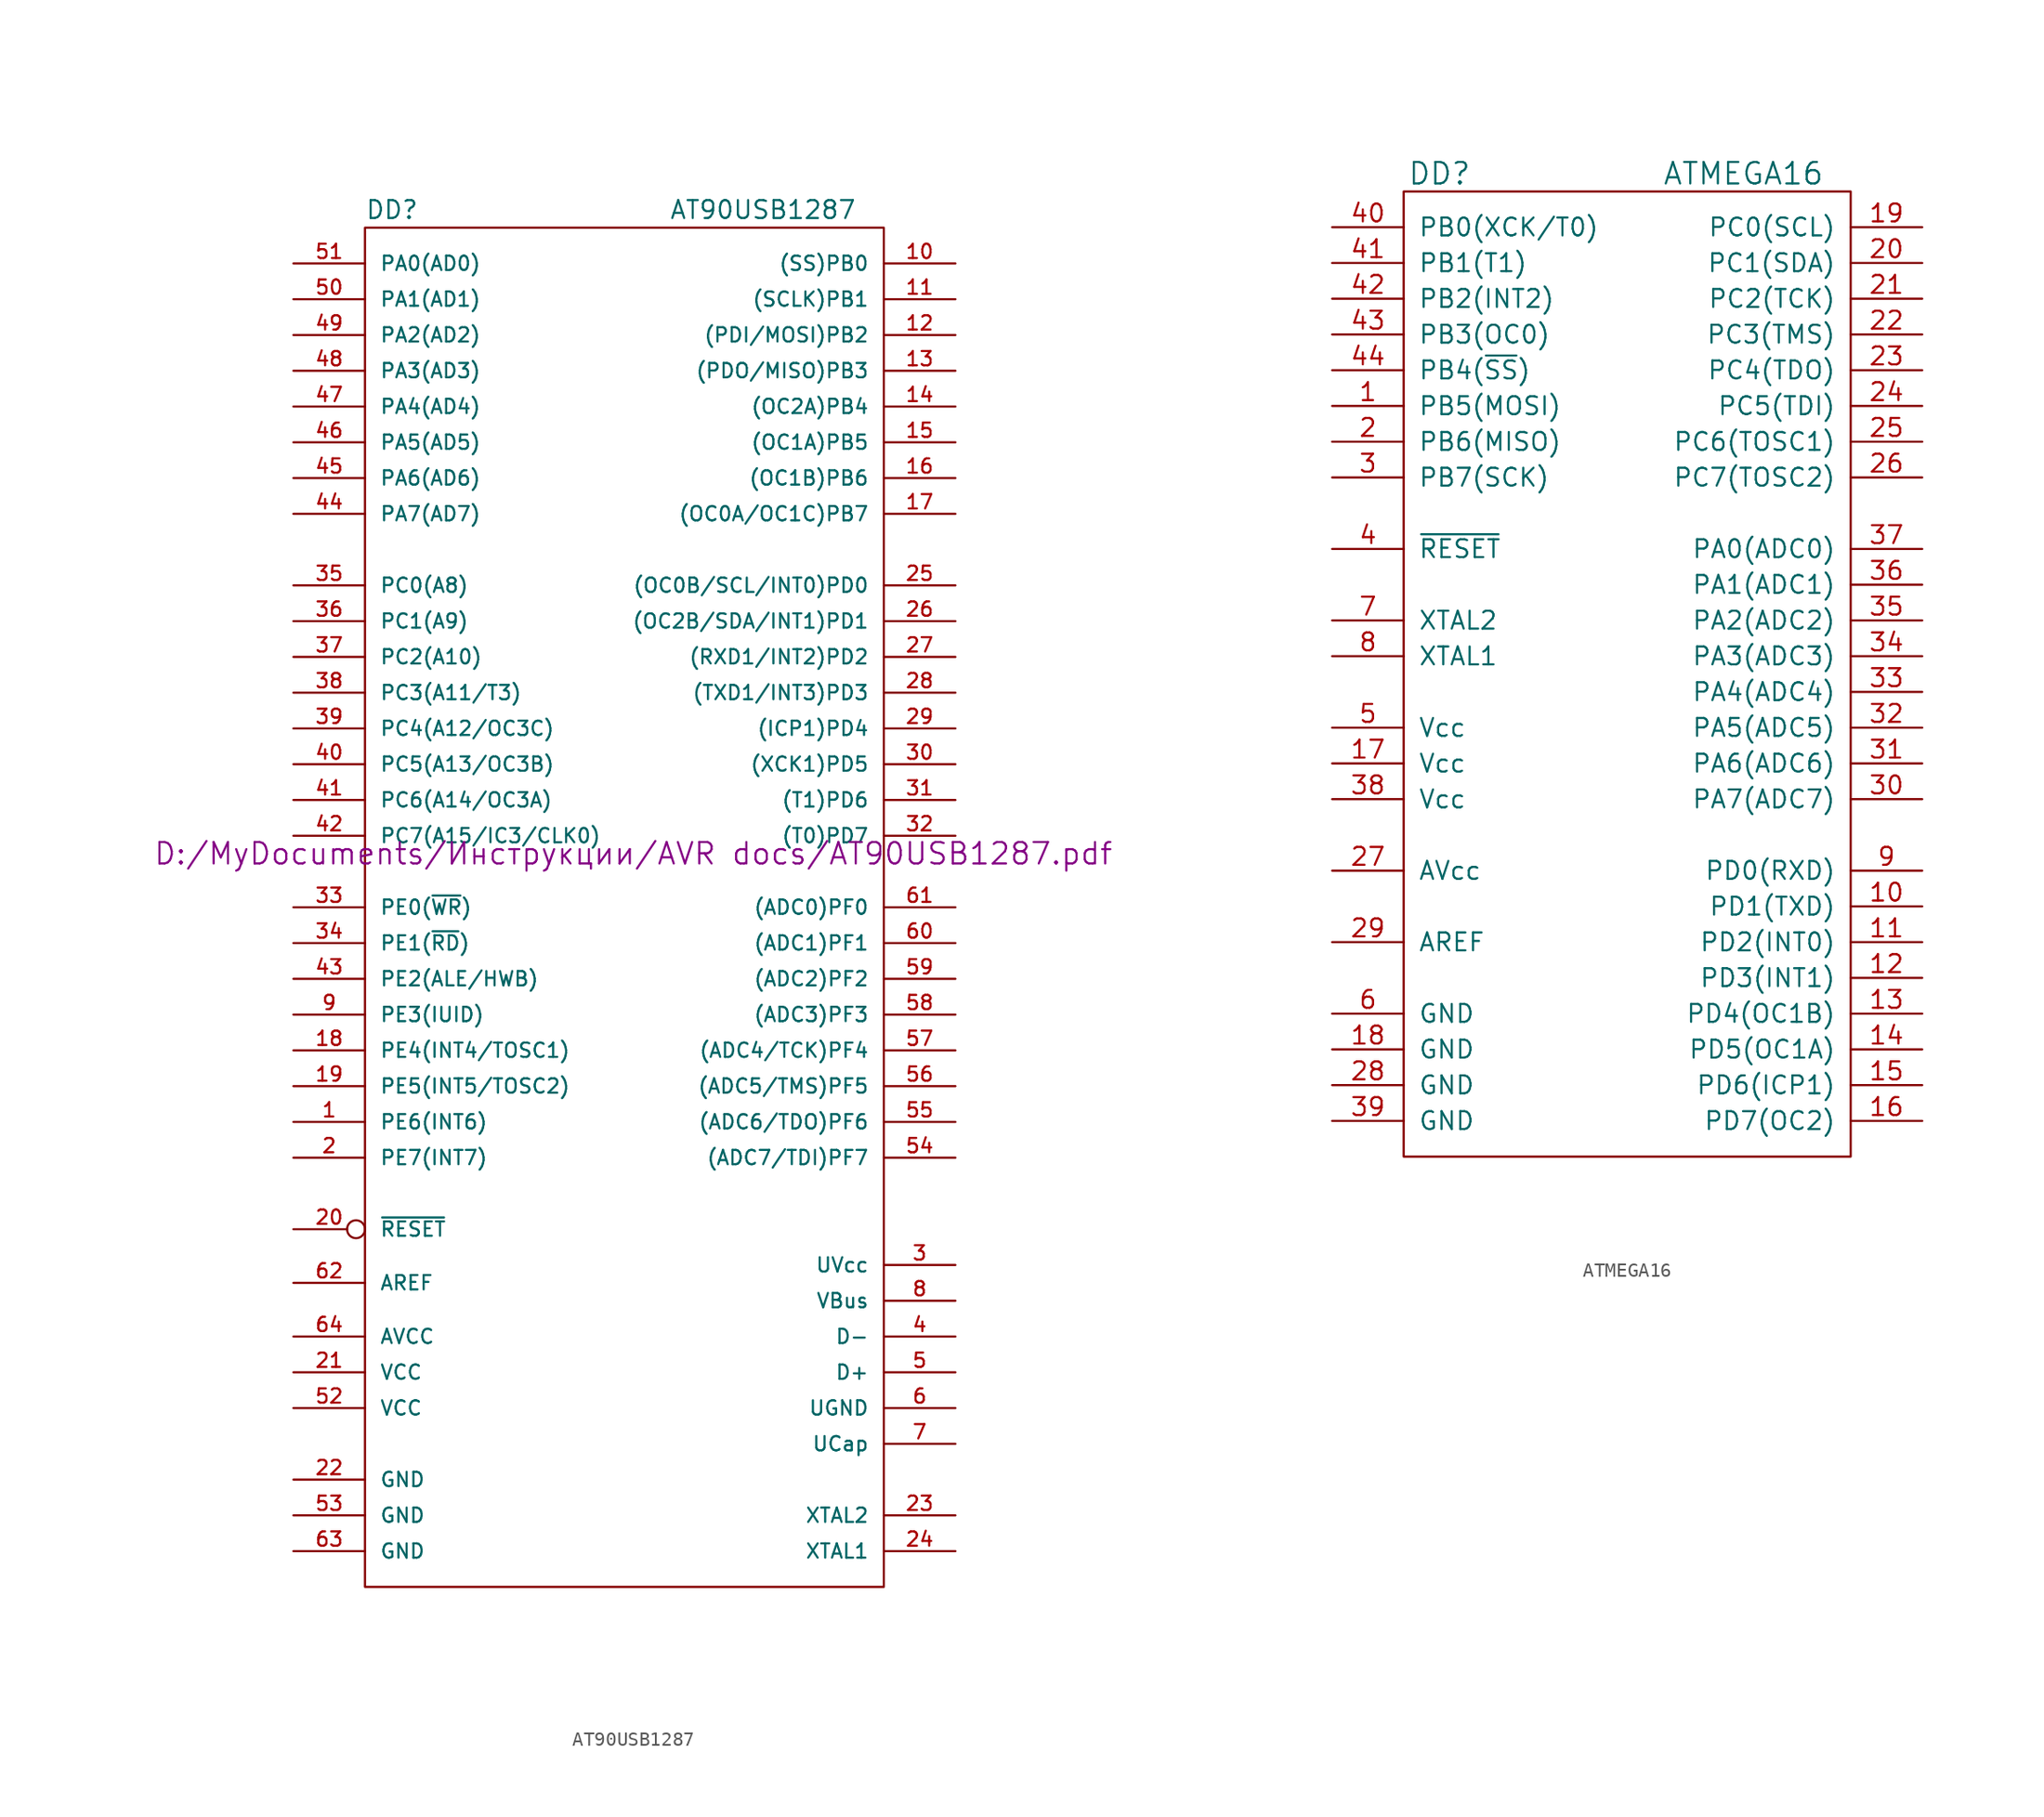
<source format=kicad_sym>
(kicad_symbol_lib
  (version 20200908)
  (generator kicad_symbol_editor)
  (symbol "Atmel_kl:AT90USB1287"
    (pin_names
      (offset 1.016))
    (property "Reference" "DD"
      (at -19.05 45.72 0)
      (effects (font (size 1.27 1.27)) (justify left)))
    (property "Value" "AT90USB1287"
      (at 2.54 45.72 0)
      (effects (font (size 1.27 1.27)) (justify left)))
    (property "Datasheet" "D:/MyDocuments/Инструкции/AVR docs/AT90USB1287.pdf"
      (at 0 0 0)
      (effects (font (size 1.524 1.524))))
    (symbol "AT90USB1287_0_1"
      (rectangle (start -19.05 44.45) (end 17.78 -52.07) (stroke (width 0)) (fill (type none))))
    (symbol "AT90USB1287_1_1"
      (pin passive line (at -24.13 -19.05 0) (length 5.08) (name "PE6(INT6)" (effects (font (size 1.016 1.016)))) (number "1" (effects (font (size 1.016 1.016)))))
      (pin passive line (at -24.13 -21.59 0) (length 5.08) (name "PE7(INT7)" (effects (font (size 1.016 1.016)))) (number "2" (effects (font (size 1.016 1.016)))))
      (pin power_in line (at 22.86 -29.21 180) (length 5.08) (name "UVcc" (effects (font (size 1.016 1.016)))) (number "3" (effects (font (size 1.016 1.016)))))
      (pin bidirectional line (at 22.86 -34.29 180) (length 5.08) (name "D-" (effects (font (size 1.016 1.016)))) (number "4" (effects (font (size 1.016 1.016)))))
      (pin bidirectional line (at 22.86 -36.83 180) (length 5.08) (name "D+" (effects (font (size 1.016 1.016)))) (number "5" (effects (font (size 1.016 1.016)))))
      (pin power_in line (at 22.86 -39.37 180) (length 5.08) (name "UGND" (effects (font (size 1.016 1.016)))) (number "6" (effects (font (size 1.016 1.016)))))
      (pin passive line (at 22.86 -41.91 180) (length 5.08) (name "UCap" (effects (font (size 1.016 1.016)))) (number "7" (effects (font (size 1.016 1.016)))))
      (pin power_in line (at 22.86 -31.75 180) (length 5.08) (name "VBus" (effects (font (size 1.016 1.016)))) (number "8" (effects (font (size 1.016 1.016)))))
      (pin passive line (at -24.13 -11.43 0) (length 5.08) (name "PE3(IUID)" (effects (font (size 1.016 1.016)))) (number "9" (effects (font (size 1.016 1.016)))))
      (pin bidirectional line (at 22.86 41.91 180) (length 5.08) (name "(SS)PB0" (effects (font (size 1.016 1.016)))) (number "10" (effects (font (size 1.016 1.016)))))
      (pin input inverted (at -24.13 -26.67 0) (length 5.08) (name "~RESET" (effects (font (size 1.016 1.016)))) (number "20" (effects (font (size 1.016 1.016)))))
      (pin passive line (at 22.86 6.35 180) (length 5.08) (name "(XCK1)PD5" (effects (font (size 1.016 1.016)))) (number "30" (effects (font (size 1.016 1.016)))))
      (pin passive line (at -24.13 6.35 0) (length 5.08) (name "PC5(A13/OC3B)" (effects (font (size 1.016 1.016)))) (number "40" (effects (font (size 1.016 1.016)))))
      (pin bidirectional line (at -24.13 39.37 0) (length 5.08) (name "PA1(AD1)" (effects (font (size 1.016 1.016)))) (number "50" (effects (font (size 1.016 1.016)))))
      (pin passive line (at 22.86 -6.35 180) (length 5.08) (name "(ADC1)PF1" (effects (font (size 1.016 1.016)))) (number "60" (effects (font (size 1.016 1.016)))))
      (pin bidirectional line (at 22.86 39.37 180) (length 5.08) (name "(SCLK)PB1" (effects (font (size 1.016 1.016)))) (number "11" (effects (font (size 1.016 1.016)))))
      (pin power_in line (at -24.13 -36.83 0) (length 5.08) (name "VCC" (effects (font (size 1.016 1.016)))) (number "21" (effects (font (size 1.016 1.016)))))
      (pin passive line (at 22.86 3.81 180) (length 5.08) (name "(T1)PD6" (effects (font (size 1.016 1.016)))) (number "31" (effects (font (size 1.016 1.016)))))
      (pin passive line (at -24.13 3.81 0) (length 5.08) (name "PC6(A14/OC3A)" (effects (font (size 1.016 1.016)))) (number "41" (effects (font (size 1.016 1.016)))))
      (pin bidirectional line (at -24.13 41.91 0) (length 5.08) (name "PA0(AD0)" (effects (font (size 1.016 1.016)))) (number "51" (effects (font (size 1.016 1.016)))))
      (pin passive line (at 22.86 -3.81 180) (length 5.08) (name "(ADC0)PF0" (effects (font (size 1.016 1.016)))) (number "61" (effects (font (size 1.016 1.016)))))
      (pin bidirectional line (at 22.86 36.83 180) (length 5.08) (name "(PDI/MOSI)PB2" (effects (font (size 1.016 1.016)))) (number "12" (effects (font (size 1.016 1.016)))))
      (pin power_in line (at -24.13 -44.45 0) (length 5.08) (name "GND" (effects (font (size 1.016 1.016)))) (number "22" (effects (font (size 1.016 1.016)))))
      (pin passive line (at 22.86 1.27 180) (length 5.08) (name "(T0)PD7" (effects (font (size 1.016 1.016)))) (number "32" (effects (font (size 1.016 1.016)))))
      (pin passive line (at -24.13 1.27 0) (length 5.08) (name "PC7(A15/IC3/CLK0)" (effects (font (size 1.016 1.016)))) (number "42" (effects (font (size 1.016 1.016)))))
      (pin power_in line (at -24.13 -39.37 0) (length 5.08) (name "VCC" (effects (font (size 1.016 1.016)))) (number "52" (effects (font (size 1.016 1.016)))))
      (pin bidirectional line (at -24.13 -30.48 0) (length 5.08) (name "AREF" (effects (font (size 1.016 1.016)))) (number "62" (effects (font (size 1.016 1.016)))))
      (pin bidirectional line (at 22.86 34.29 180) (length 5.08) (name "(PDO/MISO)PB3" (effects (font (size 1.016 1.016)))) (number "13" (effects (font (size 1.016 1.016)))))
      (pin bidirectional line (at 22.86 -46.99 180) (length 5.08) (name "XTAL2" (effects (font (size 1.016 1.016)))) (number "23" (effects (font (size 1.016 1.016)))))
      (pin passive line (at -24.13 -3.81 0) (length 5.08) (name "PE0(~WR~)" (effects (font (size 1.016 1.016)))) (number "33" (effects (font (size 1.016 1.016)))))
      (pin passive line (at -24.13 -8.89 0) (length 5.08) (name "PE2(ALE/HWB)" (effects (font (size 1.016 1.016)))) (number "43" (effects (font (size 1.016 1.016)))))
      (pin power_in line (at -24.13 -46.99 0) (length 5.08) (name "GND" (effects (font (size 1.016 1.016)))) (number "53" (effects (font (size 1.016 1.016)))))
      (pin power_in line (at -24.13 -49.53 0) (length 5.08) (name "GND" (effects (font (size 1.016 1.016)))) (number "63" (effects (font (size 1.016 1.016)))))
      (pin bidirectional line (at 22.86 31.75 180) (length 5.08) (name "(OC2A)PB4" (effects (font (size 1.016 1.016)))) (number "14" (effects (font (size 1.016 1.016)))))
      (pin bidirectional line (at 22.86 -49.53 180) (length 5.08) (name "XTAL1" (effects (font (size 1.016 1.016)))) (number "24" (effects (font (size 1.016 1.016)))))
      (pin passive line (at -24.13 -6.35 0) (length 5.08) (name "PE1(~RD~)" (effects (font (size 1.016 1.016)))) (number "34" (effects (font (size 1.016 1.016)))))
      (pin bidirectional line (at -24.13 24.13 0) (length 5.08) (name "PA7(AD7)" (effects (font (size 1.016 1.016)))) (number "44" (effects (font (size 1.016 1.016)))))
      (pin passive line (at 22.86 -21.59 180) (length 5.08) (name "(ADC7/TDI)PF7" (effects (font (size 1.016 1.016)))) (number "54" (effects (font (size 1.016 1.016)))))
      (pin power_in line (at -24.13 -34.29 0) (length 5.08) (name "AVCC" (effects (font (size 1.016 1.016)))) (number "64" (effects (font (size 1.016 1.016)))))
      (pin bidirectional line (at 22.86 29.21 180) (length 5.08) (name "(OC1A)PB5" (effects (font (size 1.016 1.016)))) (number "15" (effects (font (size 1.016 1.016)))))
      (pin passive line (at 22.86 19.05 180) (length 5.08) (name "(OC0B/SCL/INT0)PD0" (effects (font (size 1.016 1.016)))) (number "25" (effects (font (size 1.016 1.016)))))
      (pin passive line (at -24.13 19.05 0) (length 5.08) (name "PC0(A8)" (effects (font (size 1.016 1.016)))) (number "35" (effects (font (size 1.016 1.016)))))
      (pin bidirectional line (at -24.13 26.67 0) (length 5.08) (name "PA6(AD6)" (effects (font (size 1.016 1.016)))) (number "45" (effects (font (size 1.016 1.016)))))
      (pin passive line (at 22.86 -19.05 180) (length 5.08) (name "(ADC6/TDO)PF6" (effects (font (size 1.016 1.016)))) (number "55" (effects (font (size 1.016 1.016)))))
      (pin bidirectional line (at 22.86 26.67 180) (length 5.08) (name "(OC1B)PB6" (effects (font (size 1.016 1.016)))) (number "16" (effects (font (size 1.016 1.016)))))
      (pin passive line (at 22.86 16.51 180) (length 5.08) (name "(OC2B/SDA/INT1)PD1" (effects (font (size 1.016 1.016)))) (number "26" (effects (font (size 1.016 1.016)))))
      (pin passive line (at -24.13 16.51 0) (length 5.08) (name "PC1(A9)" (effects (font (size 1.016 1.016)))) (number "36" (effects (font (size 1.016 1.016)))))
      (pin bidirectional line (at -24.13 29.21 0) (length 5.08) (name "PA5(AD5)" (effects (font (size 1.016 1.016)))) (number "46" (effects (font (size 1.016 1.016)))))
      (pin passive line (at 22.86 -16.51 180) (length 5.08) (name "(ADC5/TMS)PF5" (effects (font (size 1.016 1.016)))) (number "56" (effects (font (size 1.016 1.016)))))
      (pin bidirectional line (at 22.86 24.13 180) (length 5.08) (name "(OC0A/OC1C)PB7" (effects (font (size 1.016 1.016)))) (number "17" (effects (font (size 1.016 1.016)))))
      (pin passive line (at 22.86 13.97 180) (length 5.08) (name "(RXD1/INT2)PD2" (effects (font (size 1.016 1.016)))) (number "27" (effects (font (size 1.016 1.016)))))
      (pin passive line (at -24.13 13.97 0) (length 5.08) (name "PC2(A10)" (effects (font (size 1.016 1.016)))) (number "37" (effects (font (size 1.016 1.016)))))
      (pin bidirectional line (at -24.13 31.75 0) (length 5.08) (name "PA4(AD4)" (effects (font (size 1.016 1.016)))) (number "47" (effects (font (size 1.016 1.016)))))
      (pin passive line (at 22.86 -13.97 180) (length 5.08) (name "(ADC4/TCK)PF4" (effects (font (size 1.016 1.016)))) (number "57" (effects (font (size 1.016 1.016)))))
      (pin passive line (at -24.13 -13.97 0) (length 5.08) (name "PE4(INT4/TOSC1)" (effects (font (size 1.016 1.016)))) (number "18" (effects (font (size 1.016 1.016)))))
      (pin passive line (at 22.86 11.43 180) (length 5.08) (name "(TXD1/INT3)PD3" (effects (font (size 1.016 1.016)))) (number "28" (effects (font (size 1.016 1.016)))))
      (pin passive line (at -24.13 11.43 0) (length 5.08) (name "PC3(A11/T3)" (effects (font (size 1.016 1.016)))) (number "38" (effects (font (size 1.016 1.016)))))
      (pin bidirectional line (at -24.13 34.29 0) (length 5.08) (name "PA3(AD3)" (effects (font (size 1.016 1.016)))) (number "48" (effects (font (size 1.016 1.016)))))
      (pin passive line (at 22.86 -11.43 180) (length 5.08) (name "(ADC3)PF3" (effects (font (size 1.016 1.016)))) (number "58" (effects (font (size 1.016 1.016)))))
      (pin passive line (at -24.13 -16.51 0) (length 5.08) (name "PE5(INT5/TOSC2)" (effects (font (size 1.016 1.016)))) (number "19" (effects (font (size 1.016 1.016)))))
      (pin passive line (at 22.86 8.89 180) (length 5.08) (name "(ICP1)PD4" (effects (font (size 1.016 1.016)))) (number "29" (effects (font (size 1.016 1.016)))))
      (pin passive line (at -24.13 8.89 0) (length 5.08) (name "PC4(A12/OC3C)" (effects (font (size 1.016 1.016)))) (number "39" (effects (font (size 1.016 1.016)))))
      (pin bidirectional line (at -24.13 36.83 0) (length 5.08) (name "PA2(AD2)" (effects (font (size 1.016 1.016)))) (number "49" (effects (font (size 1.016 1.016)))))
      (pin passive line (at 22.86 -8.89 180) (length 5.08) (name "(ADC2)PF2" (effects (font (size 1.016 1.016)))) (number "59" (effects (font (size 1.016 1.016)))))))
  (symbol "Atmel_kl:ATMEGA16"
    (pin_names
      (offset 1.016))
    (property "Reference" "DD"
      (at -13.97 35.56 0)
      (effects (font (size 1.524 1.524))))
    (property "Value" "ATMEGA16"
      (at 7.62 35.56 0)
      (effects (font (size 1.524 1.524))))
    (property "Footprint" ""
      (at 0 0 0)
      (effects (font (size 1.524 1.524))))
    (property "Datasheet" ""
      (at 0 0 0)
      (effects (font (size 1.524 1.524))))
    (symbol "ATMEGA16_0_1"
      (rectangle (start -16.51 34.29) (end 15.24 -34.29) (stroke (width 0)) (fill (type none))))
    (symbol "ATMEGA16_1_1"
      (pin passive line (at -21.59 19.05 0) (length 5.08) (name "PB5(MOSI)" (effects (font (size 1.27 1.27)))) (number "1" (effects (font (size 1.27 1.27)))))
      (pin passive line (at -21.59 16.51 0) (length 5.08) (name "PB6(MISO)" (effects (font (size 1.27 1.27)))) (number "2" (effects (font (size 1.27 1.27)))))
      (pin passive line (at -21.59 13.97 0) (length 5.08) (name "PB7(SCK)" (effects (font (size 1.27 1.27)))) (number "3" (effects (font (size 1.27 1.27)))))
      (pin passive line (at -21.59 8.89 0) (length 5.08) (name "~RESET" (effects (font (size 1.27 1.27)))) (number "4" (effects (font (size 1.27 1.27)))))
      (pin power_in line (at -21.59 -3.81 0) (length 5.08) (name "Vcc" (effects (font (size 1.27 1.27)))) (number "5" (effects (font (size 1.27 1.27)))))
      (pin power_in line (at -21.59 -24.13 0) (length 5.08) (name "GND" (effects (font (size 1.27 1.27)))) (number "6" (effects (font (size 1.27 1.27)))))
      (pin passive line (at -21.59 3.81 0) (length 5.08) (name "XTAL2" (effects (font (size 1.27 1.27)))) (number "7" (effects (font (size 1.27 1.27)))))
      (pin passive line (at -21.59 1.27 0) (length 5.08) (name "XTAL1" (effects (font (size 1.27 1.27)))) (number "8" (effects (font (size 1.27 1.27)))))
      (pin passive line (at 20.32 -13.97 180) (length 5.08) (name "PD0(RXD)" (effects (font (size 1.27 1.27)))) (number "9" (effects (font (size 1.27 1.27)))))
      (pin passive line (at 20.32 -16.51 180) (length 5.08) (name "PD1(TXD)" (effects (font (size 1.27 1.27)))) (number "10" (effects (font (size 1.27 1.27)))))
      (pin passive line (at 20.32 29.21 180) (length 5.08) (name "PC1(SDA)" (effects (font (size 1.27 1.27)))) (number "20" (effects (font (size 1.27 1.27)))))
      (pin passive line (at 20.32 -8.89 180) (length 5.08) (name "PA7(ADC7)" (effects (font (size 1.27 1.27)))) (number "30" (effects (font (size 1.27 1.27)))))
      (pin passive line (at -21.59 31.75 0) (length 5.08) (name "PB0(XCK/T0)" (effects (font (size 1.27 1.27)))) (number "40" (effects (font (size 1.27 1.27)))))
      (pin passive line (at 20.32 -19.05 180) (length 5.08) (name "PD2(INT0)" (effects (font (size 1.27 1.27)))) (number "11" (effects (font (size 1.27 1.27)))))
      (pin passive line (at 20.32 26.67 180) (length 5.08) (name "PC2(TCK)" (effects (font (size 1.27 1.27)))) (number "21" (effects (font (size 1.27 1.27)))))
      (pin passive line (at 20.32 -6.35 180) (length 5.08) (name "PA6(ADC6)" (effects (font (size 1.27 1.27)))) (number "31" (effects (font (size 1.27 1.27)))))
      (pin passive line (at -21.59 29.21 0) (length 5.08) (name "PB1(T1)" (effects (font (size 1.27 1.27)))) (number "41" (effects (font (size 1.27 1.27)))))
      (pin passive line (at 20.32 -21.59 180) (length 5.08) (name "PD3(INT1)" (effects (font (size 1.27 1.27)))) (number "12" (effects (font (size 1.27 1.27)))))
      (pin passive line (at 20.32 24.13 180) (length 5.08) (name "PC3(TMS)" (effects (font (size 1.27 1.27)))) (number "22" (effects (font (size 1.27 1.27)))))
      (pin passive line (at 20.32 -3.81 180) (length 5.08) (name "PA5(ADC5)" (effects (font (size 1.27 1.27)))) (number "32" (effects (font (size 1.27 1.27)))))
      (pin passive line (at -21.59 26.67 0) (length 5.08) (name "PB2(INT2)" (effects (font (size 1.27 1.27)))) (number "42" (effects (font (size 1.27 1.27)))))
      (pin passive line (at 20.32 -24.13 180) (length 5.08) (name "PD4(OC1B)" (effects (font (size 1.27 1.27)))) (number "13" (effects (font (size 1.27 1.27)))))
      (pin passive line (at 20.32 21.59 180) (length 5.08) (name "PC4(TDO)" (effects (font (size 1.27 1.27)))) (number "23" (effects (font (size 1.27 1.27)))))
      (pin passive line (at 20.32 -1.27 180) (length 5.08) (name "PA4(ADC4)" (effects (font (size 1.27 1.27)))) (number "33" (effects (font (size 1.27 1.27)))))
      (pin passive line (at -21.59 24.13 0) (length 5.08) (name "PB3(OC0)" (effects (font (size 1.27 1.27)))) (number "43" (effects (font (size 1.27 1.27)))))
      (pin passive line (at 20.32 -26.67 180) (length 5.08) (name "PD5(OC1A)" (effects (font (size 1.27 1.27)))) (number "14" (effects (font (size 1.27 1.27)))))
      (pin passive line (at 20.32 19.05 180) (length 5.08) (name "PC5(TDI)" (effects (font (size 1.27 1.27)))) (number "24" (effects (font (size 1.27 1.27)))))
      (pin passive line (at 20.32 1.27 180) (length 5.08) (name "PA3(ADC3)" (effects (font (size 1.27 1.27)))) (number "34" (effects (font (size 1.27 1.27)))))
      (pin passive line (at -21.59 21.59 0) (length 5.08) (name "PB4(~SS~)" (effects (font (size 1.27 1.27)))) (number "44" (effects (font (size 1.27 1.27)))))
      (pin passive line (at 20.32 -29.21 180) (length 5.08) (name "PD6(ICP1)" (effects (font (size 1.27 1.27)))) (number "15" (effects (font (size 1.27 1.27)))))
      (pin passive line (at 20.32 16.51 180) (length 5.08) (name "PC6(TOSC1)" (effects (font (size 1.27 1.27)))) (number "25" (effects (font (size 1.27 1.27)))))
      (pin passive line (at 20.32 3.81 180) (length 5.08) (name "PA2(ADC2)" (effects (font (size 1.27 1.27)))) (number "35" (effects (font (size 1.27 1.27)))))
      (pin passive line (at 20.32 -31.75 180) (length 5.08) (name "PD7(OC2)" (effects (font (size 1.27 1.27)))) (number "16" (effects (font (size 1.27 1.27)))))
      (pin passive line (at 20.32 13.97 180) (length 5.08) (name "PC7(TOSC2)" (effects (font (size 1.27 1.27)))) (number "26" (effects (font (size 1.27 1.27)))))
      (pin passive line (at 20.32 6.35 180) (length 5.08) (name "PA1(ADC1)" (effects (font (size 1.27 1.27)))) (number "36" (effects (font (size 1.27 1.27)))))
      (pin power_in line (at -21.59 -6.35 0) (length 5.08) (name "Vcc" (effects (font (size 1.27 1.27)))) (number "17" (effects (font (size 1.27 1.27)))))
      (pin power_in line (at -21.59 -13.97 0) (length 5.08) (name "AVcc" (effects (font (size 1.27 1.27)))) (number "27" (effects (font (size 1.27 1.27)))))
      (pin passive line (at 20.32 8.89 180) (length 5.08) (name "PA0(ADC0)" (effects (font (size 1.27 1.27)))) (number "37" (effects (font (size 1.27 1.27)))))
      (pin power_in line (at -21.59 -26.67 0) (length 5.08) (name "GND" (effects (font (size 1.27 1.27)))) (number "18" (effects (font (size 1.27 1.27)))))
      (pin power_in line (at -21.59 -29.21 0) (length 5.08) (name "GND" (effects (font (size 1.27 1.27)))) (number "28" (effects (font (size 1.27 1.27)))))
      (pin power_in line (at -21.59 -8.89 0) (length 5.08) (name "Vcc" (effects (font (size 1.27 1.27)))) (number "38" (effects (font (size 1.27 1.27)))))
      (pin passive line (at 20.32 31.75 180) (length 5.08) (name "PC0(SCL)" (effects (font (size 1.27 1.27)))) (number "19" (effects (font (size 1.27 1.27)))))
      (pin passive line (at -21.59 -19.05 0) (length 5.08) (name "AREF" (effects (font (size 1.27 1.27)))) (number "29" (effects (font (size 1.27 1.27)))))
      (pin power_in line (at -21.59 -31.75 0) (length 5.08) (name "GND" (effects (font (size 1.27 1.27)))) (number "39" (effects (font (size 1.27 1.27))))))))
</source>
